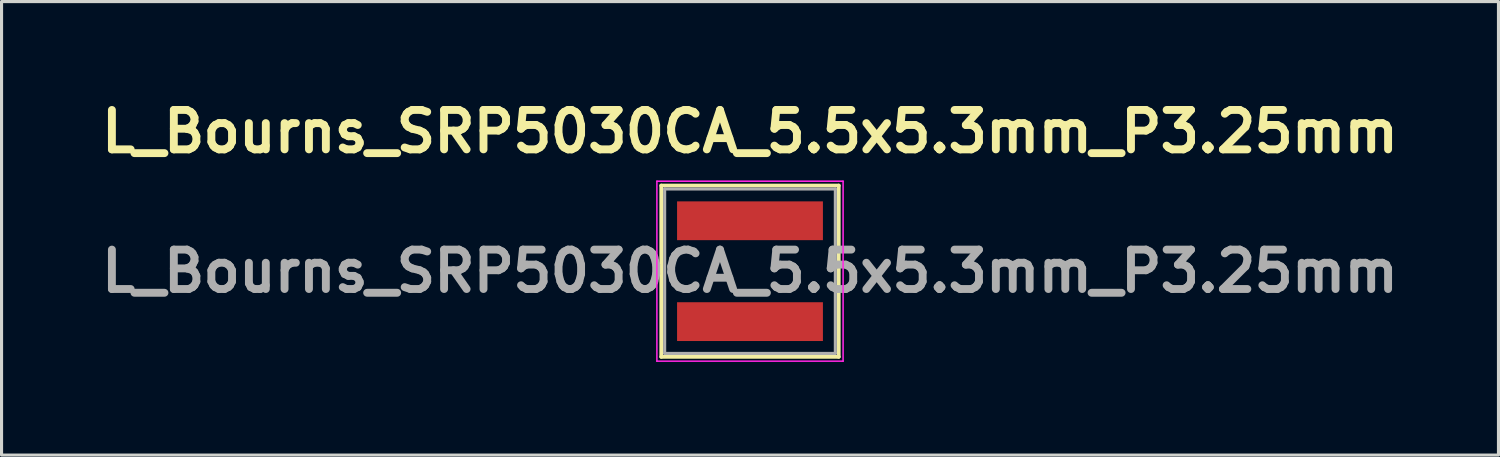
<source format=kicad_pcb>
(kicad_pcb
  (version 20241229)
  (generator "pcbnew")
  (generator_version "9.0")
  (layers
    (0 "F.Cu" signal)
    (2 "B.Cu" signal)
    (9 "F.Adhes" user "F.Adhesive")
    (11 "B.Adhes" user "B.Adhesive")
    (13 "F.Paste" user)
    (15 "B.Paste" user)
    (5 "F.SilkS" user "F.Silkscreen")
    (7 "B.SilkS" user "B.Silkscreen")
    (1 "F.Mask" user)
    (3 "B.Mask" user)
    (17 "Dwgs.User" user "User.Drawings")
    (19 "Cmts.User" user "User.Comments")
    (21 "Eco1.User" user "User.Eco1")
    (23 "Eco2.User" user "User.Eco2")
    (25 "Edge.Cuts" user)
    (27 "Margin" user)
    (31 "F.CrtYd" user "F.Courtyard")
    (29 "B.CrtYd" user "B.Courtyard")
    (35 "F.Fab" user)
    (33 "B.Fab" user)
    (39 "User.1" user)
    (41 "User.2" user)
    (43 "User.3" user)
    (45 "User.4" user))
  (footprint "L_Bourns_SRP5030CA_5.5x5.3mm_P3.25mm"
    (layer "F.Cu")
    (at 21.118 5.689)
    (property "Reference" "L_Bourns_SRP5030CA_5.5x5.3mm_P3.25mm" (at 0 -4.5 0) (layer "F.SilkS") (effects (font (size 1.27 1.27) (thickness 0.254))))
    (attr smd)
    (fp_line (start -2.86 -2.76) (end 2.86 -2.76) (stroke (width 0.12) (type solid)) (layer "F.SilkS"))
    (fp_line (start -2.86 2.76) (end -2.86 -2.76) (stroke (width 0.12) (type solid)) (layer "F.SilkS"))
    (fp_line (start 2.86 -2.76) (end 2.86 2.76) (stroke (width 0.12) (type solid)) (layer "F.SilkS"))
    (fp_line (start 2.86 2.76) (end -2.86 2.76) (stroke (width 0.12) (type solid)) (layer "F.SilkS"))
    (fp_line (start -3 -2.9) (end 3 -2.9) (stroke (width 0.05) (type solid)) (layer "F.CrtYd"))
    (fp_line (start -3 2.9) (end -3 -2.9) (stroke (width 0.05) (type solid)) (layer "F.CrtYd"))
    (fp_line (start 3 -2.9) (end 3 2.9) (stroke (width 0.05) (type solid)) (layer "F.CrtYd"))
    (fp_line (start 3 2.9) (end -3 2.9) (stroke (width 0.05) (type solid)) (layer "F.CrtYd"))
    (fp_line (start -2.75 -2.65) (end 2.75 -2.65) (stroke (width 0.1) (type solid)) (layer "F.Fab"))
    (fp_line (start -2.75 2.65) (end -2.75 -2.65) (stroke (width 0.1) (type solid)) (layer "F.Fab"))
    (fp_line (start 2.75 -2.65) (end 2.75 2.65) (stroke (width 0.1) (type solid)) (layer "F.Fab"))
    (fp_line (start 2.75 2.65) (end -2.75 2.65) (stroke (width 0.1) (type solid)) (layer "F.Fab"))
    (fp_text user "${REFERENCE}" (at 0 0 0) (layer "F.Fab") (effects (font (size 1.27 1.27) (thickness 0.254))))
    (pad "1" smd rect (at 0 -1.625 90) (size 1.25 4.7) (layers "F.Cu" "F.Mask" "F.Paste"))
    (pad "2" smd rect (at 0 1.625 90) (size 1.25 4.7) (layers "F.Cu" "F.Mask" "F.Paste")))
  (gr_rect
    (start -3 -3)
    (end 45.237 11.614)
    (stroke (width 0.1) (type default))
    (fill no)
    (layer "Edge.Cuts")))
</source>
